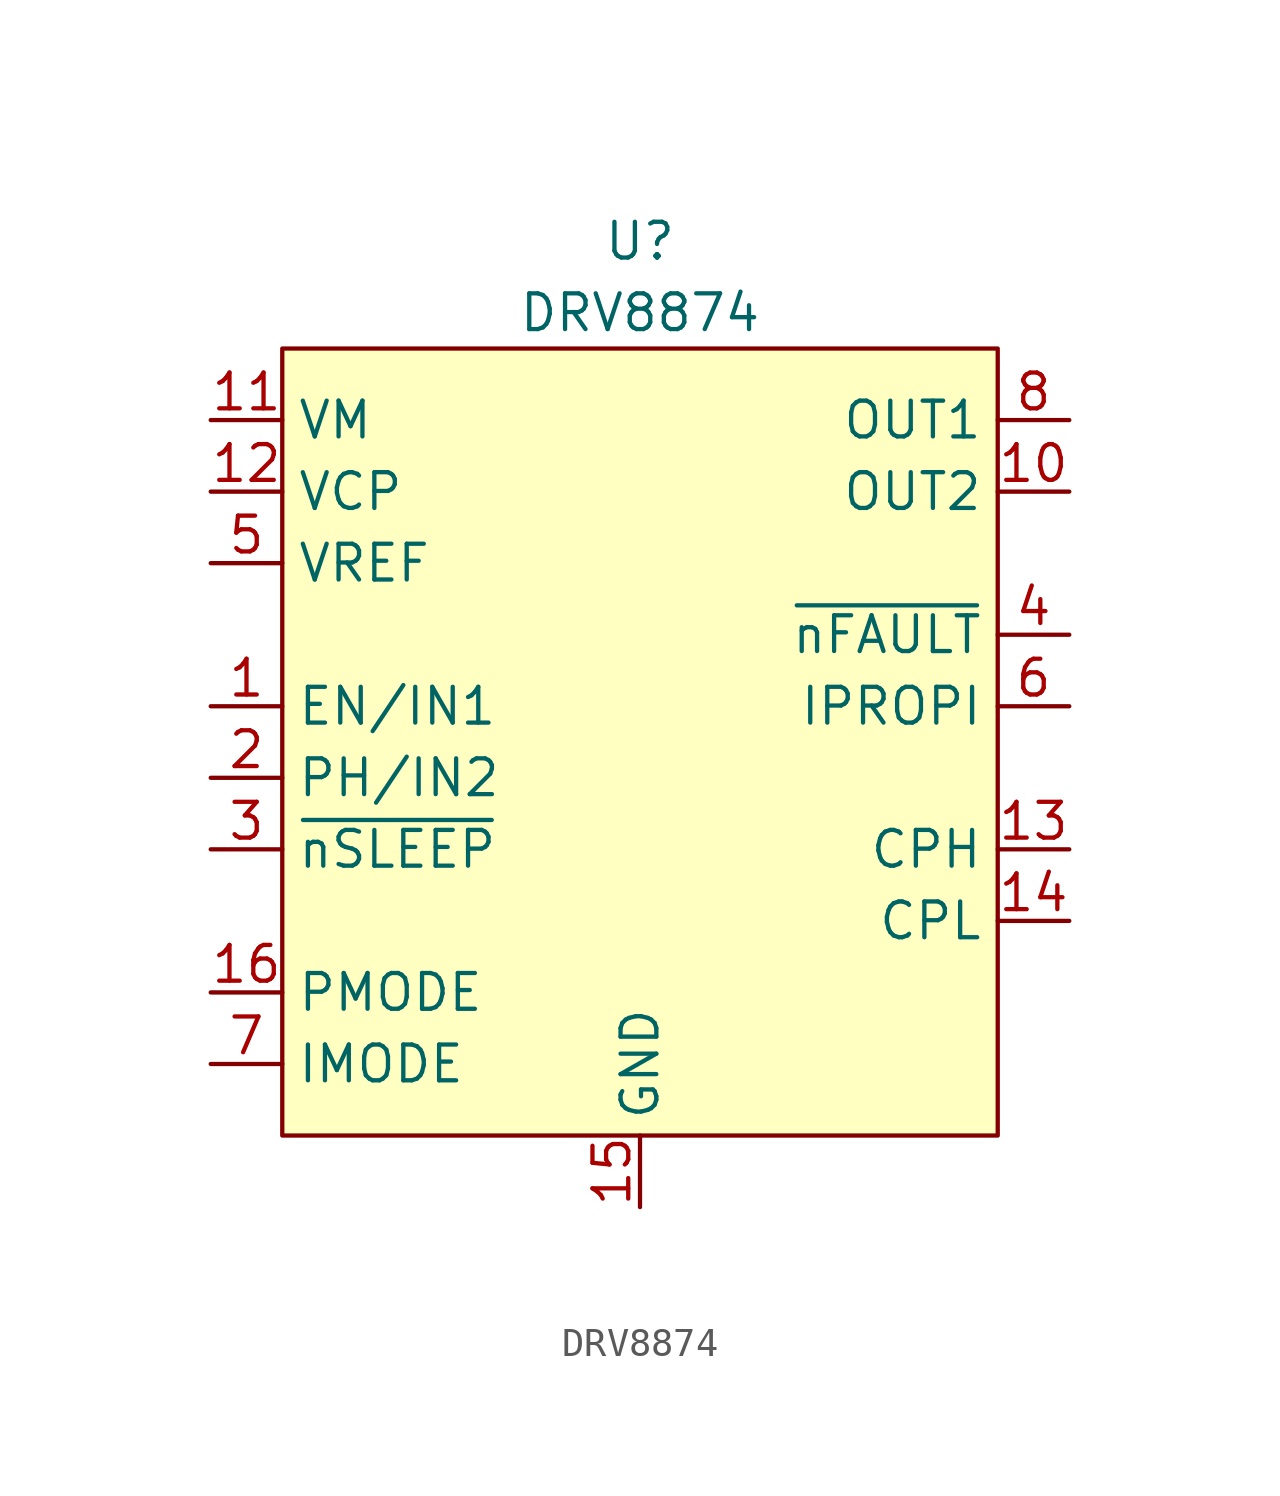
<source format=kicad_sym>
(kicad_symbol_lib
  (version 20231120)
  (generator "kicad_symbol_editor")
  (generator_version "8.0")
  (symbol "DRV8874"
    (property "Reference" "U"
      (at 0 16.51 0)
      (effects (font (size 1.27 1.27))))
    (property "Value" "DRV8874"
      (at 0 13.97 0)
      (effects (font (size 1.27 1.27))))
    (symbol "DRV8874_1_1"
      (rectangle (start -12.7 12.7) (end 12.7 -15.24) (stroke (width 0) (type default)) (fill (type background)))
      (pin input line (at -15.24 0 0) (length 2.54) (name "EN/IN1" (effects (font (size 1.27 1.27)))) (number "1" (effects (font (size 1.27 1.27)))))
      (pin output line (at 15.24 7.62 180) (length 2.54) (name "OUT2" (effects (font (size 1.27 1.27)))) (number "10" (effects (font (size 1.27 1.27)))))
      (pin power_in line (at -15.24 10.16 0) (length 2.54) (name "VM" (effects (font (size 1.27 1.27)))) (number "11" (effects (font (size 1.27 1.27)))))
      (pin power_out line (at -15.24 7.62 0) (length 2.54) (name "VCP" (effects (font (size 1.27 1.27)))) (number "12" (effects (font (size 1.27 1.27)))))
      (pin power_in line (at 15.24 -5.08 180) (length 2.54) (name "CPH" (effects (font (size 1.27 1.27)))) (number "13" (effects (font (size 1.27 1.27)))))
      (pin power_in line (at 15.24 -7.62 180) (length 2.54) (name "CPL" (effects (font (size 1.27 1.27)))) (number "14" (effects (font (size 1.27 1.27)))))
      (pin power_in line (at 0 -17.78 90) (length 2.54) (name "GND" (effects (font (size 1.27 1.27)))) (number "15" (effects (font (size 1.27 1.27)))))
      (pin input line (at -15.24 -10.16 0) (length 2.54) (name "PMODE" (effects (font (size 1.27 1.27)))) (number "16" (effects (font (size 1.27 1.27)))))
      (pin power_in line (at 0 -17.78 90) (length 2.54) hide (name "PAD" (effects (font (size 1.27 1.27)))) (number "17" (effects (font (size 1.27 1.27)))))
      (pin input line (at -15.24 -2.54 0) (length 2.54) (name "PH/IN2" (effects (font (size 1.27 1.27)))) (number "2" (effects (font (size 1.27 1.27)))))
      (pin input line (at -15.24 -5.08 0) (length 2.54) (name "~{nSLEEP}" (effects (font (size 1.27 1.27)))) (number "3" (effects (font (size 1.27 1.27)))))
      (pin open_collector line (at 15.24 2.54 180) (length 2.54) (name "~{nFAULT}" (effects (font (size 1.27 1.27)))) (number "4" (effects (font (size 1.27 1.27)))))
      (pin input line (at -15.24 5.08 0) (length 2.54) (name "VREF" (effects (font (size 1.27 1.27)))) (number "5" (effects (font (size 1.27 1.27)))))
      (pin output line (at 15.24 0 180) (length 2.54) (name "IPROPI" (effects (font (size 1.27 1.27)))) (number "6" (effects (font (size 1.27 1.27)))))
      (pin input line (at -15.24 -12.7 0) (length 2.54) (name "IMODE" (effects (font (size 1.27 1.27)))) (number "7" (effects (font (size 1.27 1.27)))))
      (pin output line (at 15.24 10.16 180) (length 2.54) (name "OUT1" (effects (font (size 1.27 1.27)))) (number "8" (effects (font (size 1.27 1.27)))))
      (pin power_in line (at 0 -17.78 90) (length 2.54) hide (name "PGND" (effects (font (size 1.27 1.27)))) (number "9" (effects (font (size 1.27 1.27))))))))
</source>
